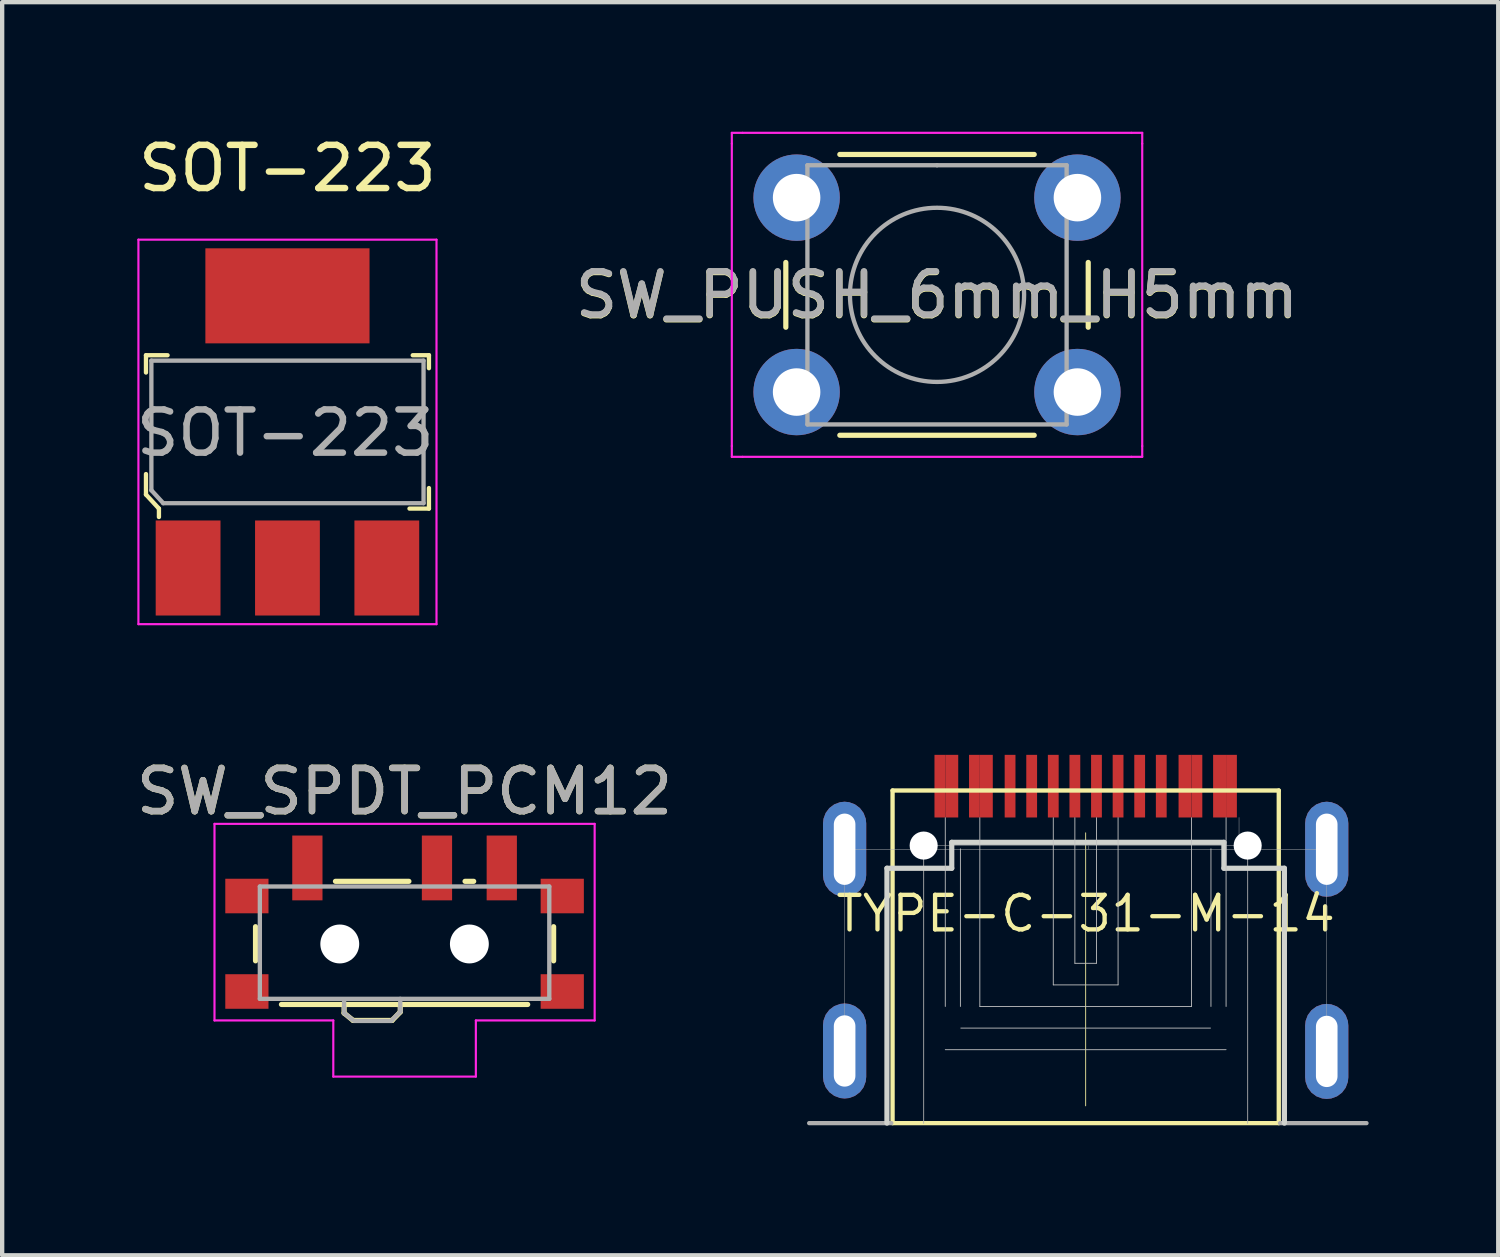
<source format=kicad_pcb>
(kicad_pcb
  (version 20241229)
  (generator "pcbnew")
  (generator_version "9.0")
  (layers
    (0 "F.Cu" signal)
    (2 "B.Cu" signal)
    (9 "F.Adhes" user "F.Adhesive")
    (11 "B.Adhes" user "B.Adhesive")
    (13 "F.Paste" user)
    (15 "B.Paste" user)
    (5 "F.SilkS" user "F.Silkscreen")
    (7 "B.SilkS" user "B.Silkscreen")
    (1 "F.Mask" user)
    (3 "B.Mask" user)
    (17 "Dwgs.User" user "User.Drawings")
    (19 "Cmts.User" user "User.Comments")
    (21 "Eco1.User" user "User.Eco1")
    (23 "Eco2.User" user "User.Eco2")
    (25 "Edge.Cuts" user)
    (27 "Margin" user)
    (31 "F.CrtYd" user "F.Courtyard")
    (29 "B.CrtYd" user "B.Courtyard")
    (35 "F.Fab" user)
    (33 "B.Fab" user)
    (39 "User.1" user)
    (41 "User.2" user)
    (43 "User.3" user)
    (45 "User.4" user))
  (footprint "TYPE-C-31-M-14"
    (layer "F.Cu")
    (at 22.081 20.248)
    (property "Reference" "TYPE-C-31-M-14" (at 0 -2.15 180) (layer "F.SilkS") (effects (font (size 0.8 0.8) (thickness 0.1))))
    (attr smd)
    (fp_line (start -4.47 -5) (end -4.47 2.7) (stroke (width 0.1) (type solid)) (layer "F.SilkS"))
    (fp_line (start 0 -4.02) (end 0 2.3) (stroke (width 0.02) (type solid)) (layer "F.SilkS"))
    (fp_line (start 4.47 -5) (end -4.47 -5) (stroke (width 0.1) (type solid)) (layer "F.SilkS"))
    (fp_line (start 4.47 -5) (end 4.47 2.7) (stroke (width 0.1) (type solid)) (layer "F.SilkS"))
    (fp_line (start 4.47 2.7) (end -4.47 2.7) (stroke (width 0.1) (type solid)) (layer "F.SilkS"))
    (fp_line (start -3.25 -4.37) (end -3.25 0) (stroke (width 0.02) (type solid)) (layer "Dwgs.User"))
    (fp_line (start -3.25 1) (end 3.25 1) (stroke (width 0.02) (type solid)) (layer "Dwgs.User"))
    (fp_line (start -2.9 -3.65) (end -2.9 0) (stroke (width 0.02) (type solid)) (layer "Dwgs.User"))
    (fp_line (start -2.89 0.5) (end 2.89 0.5) (stroke (width 0.02) (type solid)) (layer "Dwgs.User"))
    (fp_line (start -2.45 -4.37) (end -2.45 0) (stroke (width 0.02) (type solid)) (layer "Dwgs.User"))
    (fp_line (start -2.45 0) (end 2.45 0) (stroke (width 0.02) (type solid)) (layer "Dwgs.User"))
    (fp_line (start -0.75 -4.37) (end -0.75 -0.5) (stroke (width 0.02) (type solid)) (layer "Dwgs.User"))
    (fp_line (start -0.75 -0.5) (end 0.75 -0.5) (stroke (width 0.02) (type solid)) (layer "Dwgs.User"))
    (fp_line (start -0.25 -4.37) (end -0.25 -1) (stroke (width 0.02) (type solid)) (layer "Dwgs.User"))
    (fp_line (start -0.25 -1) (end 0.25 -1) (stroke (width 0.02) (type solid)) (layer "Dwgs.User"))
    (fp_line (start 0.25 -4.37) (end 0.25 -1) (stroke (width 0.02) (type solid)) (layer "Dwgs.User"))
    (fp_line (start 0.75 -4.37) (end 0.75 -0.5) (stroke (width 0.02) (type solid)) (layer "Dwgs.User"))
    (fp_line (start 2.45 -4.37) (end 2.45 0) (stroke (width 0.02) (type solid)) (layer "Dwgs.User"))
    (fp_line (start 2.9 -3.65) (end 2.9 0) (stroke (width 0.02) (type solid)) (layer "Dwgs.User"))
    (fp_line (start 3.25 -4.37) (end 3.25 0) (stroke (width 0.02) (type solid)) (layer "Dwgs.User"))
    (fp_line (start -4.6 -3.2) (end -4.6 2.7) (stroke (width 0.12) (type solid)) (layer "Edge.Cuts"))
    (fp_line (start -3.1 -3.8) (end -3.1 -3.2) (stroke (width 0.12) (type solid)) (layer "Edge.Cuts"))
    (fp_line (start -3.1 -3.2) (end -4.6 -3.2) (stroke (width 0.12) (type solid)) (layer "Edge.Cuts"))
    (fp_line (start 3.2 -3.8) (end -3.1 -3.8) (stroke (width 0.12) (type solid)) (layer "Edge.Cuts"))
    (fp_line (start 3.2 -3.2) (end 3.2 -3.8) (stroke (width 0.12) (type solid)) (layer "Edge.Cuts"))
    (fp_line (start 4.6 -3.2) (end 3.2 -3.2) (stroke (width 0.12) (type solid)) (layer "Edge.Cuts"))
    (fp_line (start 4.6 2.7) (end 4.6 -3.2) (stroke (width 0.12) (type solid)) (layer "Edge.Cuts"))
    (fp_line (start -5.58 -3.64) (end -5.58 1.04) (stroke (width 0.01) (type solid)) (layer "F.Fab"))
    (fp_line (start -5.575 -3.64) (end 0 -3.64) (stroke (width 0.01) (type solid)) (layer "F.Fab"))
    (fp_line (start -4.5 2.7) (end -6.4 2.7) (stroke (width 0.1) (type solid)) (layer "F.Fab"))
    (fp_line (start -3.75 -3.725) (end -3.75 2.705) (stroke (width 0.02) (type solid)) (layer "F.Fab"))
    (fp_line (start -3.75 -3.725) (end 0 -3.725) (stroke (width 0.01) (type solid)) (layer "F.Fab"))
    (fp_line (start 0 -3.725) (end 3.75 -3.725) (stroke (width 0.01) (type solid)) (layer "F.Fab"))
    (fp_line (start 0 -3.64) (end 5.575 -3.64) (stroke (width 0.01) (type solid)) (layer "F.Fab"))
    (fp_line (start 0.07 -3.72) (end 0.07 -3.64) (stroke (width 0.01) (type solid)) (layer "F.Fab"))
    (fp_line (start 3.55 -4.375) (end 3.55 -3.725) (stroke (width 0.01) (type solid)) (layer "F.Fab"))
    (fp_line (start 3.75 -3.725) (end 3.75 2.705) (stroke (width 0.02) (type solid)) (layer "F.Fab"))
    (fp_line (start 4.5 2.7) (end 6.5 2.7) (stroke (width 0.1) (type solid)) (layer "F.Fab"))
    (fp_line (start 5.58 -3.64) (end 5.58 1.04) (stroke (width 0.01) (type solid)) (layer "F.Fab"))
    (pad "" np_thru_hole circle (at -3.75 -3.725) (size 0.65 0.65) (drill 0.65) (layers "*.Cu" "*.Mask"))
    (pad "" np_thru_hole circle (at 3.75 -3.725) (size 0.65 0.65) (drill 0.65) (layers "*.Cu" "*.Mask"))
    (pad "A1" smd rect (at -3.375 -5.1) (size 0.25 1.45) (layers "F.Cu" "F.Mask" "F.Paste"))
    (pad "A4" smd rect (at -2.575 -5.1) (size 0.25 1.45) (layers "F.Cu" "F.Mask" "F.Paste"))
    (pad "A5" smd rect (at -1.25 -5.1) (size 0.25 1.45) (layers "F.Cu" "F.Mask" "F.Paste"))
    (pad "A6" smd rect (at -0.25 -5.1) (size 0.25 1.45) (layers "F.Cu" "F.Mask" "F.Paste"))
    (pad "A7" smd rect (at 0.25 -5.1) (size 0.25 1.45) (layers "F.Cu" "F.Mask" "F.Paste"))
    (pad "A8" smd rect (at 1.25 -5.1) (size 0.25 1.45) (layers "F.Cu" "F.Mask" "F.Paste"))
    (pad "A9" smd rect (at 2.575 -5.1) (size 0.25 1.45) (layers "F.Cu" "F.Mask" "F.Paste"))
    (pad "A12" smd rect (at 3.375 -5.1) (size 0.25 1.45) (layers "F.Cu" "F.Mask" "F.Paste"))
    (pad "B1" smd rect (at 3.1 -5.1) (size 0.3 1.45) (layers "F.Cu" "F.Mask" "F.Paste"))
    (pad "B4" smd rect (at 2.3 -5.1) (size 0.3 1.45) (layers "F.Cu" "F.Mask" "F.Paste"))
    (pad "B5" smd rect (at 1.75 -5.1) (size 0.25 1.45) (layers "F.Cu" "F.Mask" "F.Paste"))
    (pad "B6" smd rect (at 0.75 -5.1) (size 0.25 1.45) (layers "F.Cu" "F.Mask" "F.Paste"))
    (pad "B7" smd rect (at -0.75 -5.1) (size 0.25 1.45) (layers "F.Cu" "F.Mask" "F.Paste"))
    (pad "B8" smd rect (at -1.75 -5.1) (size 0.25 1.45) (layers "F.Cu" "F.Mask" "F.Paste"))
    (pad "B9" smd rect (at -2.3 -5.1) (size 0.3 1.45) (layers "F.Cu" "F.Mask" "F.Paste"))
    (pad "B12" smd rect (at -3.1 -5.1) (size 0.3 1.45) (layers "F.Cu" "F.Mask" "F.Paste"))
    (pad "S1" thru_hole roundrect (at -5.58 -3.64) (size 1 2.2) (drill oval 0.5 1.65) (layers "*.Cu" "*.Mask") (roundrect_rratio 0.5))
    (pad "S1" thru_hole roundrect (at -5.58 1.03) (size 1 2.2) (drill oval 0.5 1.65) (layers "*.Cu" "*.Mask") (roundrect_rratio 0.5))
    (pad "S1" thru_hole roundrect (at 5.58 -3.64) (size 1 2.2) (drill oval 0.5 1.65) (layers "*.Cu" "*.Mask") (roundrect_rratio 0.5))
    (pad "S1" thru_hole roundrect (at 5.58 1.04) (size 1 2.2) (drill oval 0.5 1.65) (layers "*.Cu" "*.Mask") (roundrect_rratio 0.5)))
  (footprint "SW_PUSH_6mm_H5mm"
    (layer "F.Cu")
    (at 15.39 1.525)
    (property "Reference" "SW_PUSH_6mm_H5mm" (at 3.249 2.265 0) (layer "F.SilkS") (effects (font (size 1 1) (thickness 0.15))))
    (attr through_hole)
    (fp_line (start -0.25 1.5) (end -0.25 3) (stroke (width 0.12) (type solid)) (layer "F.SilkS"))
    (fp_line (start 1 5.5) (end 5.5 5.5) (stroke (width 0.12) (type solid)) (layer "F.SilkS"))
    (fp_line (start 5.5 -1) (end 1 -1) (stroke (width 0.12) (type solid)) (layer "F.SilkS"))
    (fp_line (start 6.75 3) (end 6.75 1.5) (stroke (width 0.12) (type solid)) (layer "F.SilkS"))
    (fp_line (start -1.5 -1.5) (end -1.25 -1.5) (stroke (width 0.05) (type solid)) (layer "F.CrtYd"))
    (fp_line (start -1.5 -1.25) (end -1.5 -1.5) (stroke (width 0.05) (type solid)) (layer "F.CrtYd"))
    (fp_line (start -1.5 5.75) (end -1.5 -1.25) (stroke (width 0.05) (type solid)) (layer "F.CrtYd"))
    (fp_line (start -1.5 5.75) (end -1.5 6) (stroke (width 0.05) (type solid)) (layer "F.CrtYd"))
    (fp_line (start -1.5 6) (end -1.25 6) (stroke (width 0.05) (type solid)) (layer "F.CrtYd"))
    (fp_line (start -1.25 -1.5) (end 7.75 -1.5) (stroke (width 0.05) (type solid)) (layer "F.CrtYd"))
    (fp_line (start 7.75 -1.5) (end 8 -1.5) (stroke (width 0.05) (type solid)) (layer "F.CrtYd"))
    (fp_line (start 7.75 6) (end -1.25 6) (stroke (width 0.05) (type solid)) (layer "F.CrtYd"))
    (fp_line (start 7.75 6) (end 8 6) (stroke (width 0.05) (type solid)) (layer "F.CrtYd"))
    (fp_line (start 8 -1.5) (end 8 -1.25) (stroke (width 0.05) (type solid)) (layer "F.CrtYd"))
    (fp_line (start 8 -1.25) (end 8 5.75) (stroke (width 0.05) (type solid)) (layer "F.CrtYd"))
    (fp_line (start 8 6) (end 8 5.75) (stroke (width 0.05) (type solid)) (layer "F.CrtYd"))
    (fp_line (start 0.25 -0.75) (end 3.25 -0.75) (stroke (width 0.1) (type solid)) (layer "F.Fab"))
    (fp_line (start 0.25 5.25) (end 0.25 -0.75) (stroke (width 0.1) (type solid)) (layer "F.Fab"))
    (fp_line (start 3.25 -0.75) (end 6.25 -0.75) (stroke (width 0.1) (type solid)) (layer "F.Fab"))
    (fp_line (start 6.25 -0.75) (end 6.25 5.25) (stroke (width 0.1) (type solid)) (layer "F.Fab"))
    (fp_line (start 6.25 5.25) (end 0.25 5.25) (stroke (width 0.1) (type solid)) (layer "F.Fab"))
    (fp_circle (center 3.25 2.25) (end 1.25 2.5) (stroke (width 0.1) (type solid)) (fill no) (layer "F.Fab"))
    (fp_text user "${REFERENCE}" (at 3.25 2.25 0) (layer "F.Fab") (effects (font (size 1 1) (thickness 0.15))))
    (pad "1" thru_hole circle (at 0 0 90) (size 2 2) (drill 1.1) (layers "*.Cu" "*.Mask"))
    (pad "1" thru_hole circle (at 6.5 0 90) (size 2 2) (drill 1.1) (layers "*.Cu" "*.Mask"))
    (pad "2" thru_hole circle (at 0 4.5 90) (size 2 2) (drill 1.1) (layers "*.Cu" "*.Mask"))
    (pad "2" thru_hole circle (at 6.5 4.5 90) (size 2 2) (drill 1.1) (layers "*.Cu" "*.Mask")))
  (footprint "SW_SPDT_PCM12"
    (layer "F.Cu")
    (at 6.315 18.471)
    (property "Reference" "SW_SPDT_PCM12" (at 0 -3.2 180) (layer "F.SilkS") (effects (font (size 1 1) (thickness 0.15))))
    (attr smd)
    (fp_line (start -3.45 -0.07) (end -3.45 0.72) (stroke (width 0.12) (type solid)) (layer "F.SilkS"))
    (fp_line (start -2.85 1.73) (end 2.85 1.73) (stroke (width 0.12) (type solid)) (layer "F.SilkS"))
    (fp_line (start -1.6 -1.12) (end 0.1 -1.12) (stroke (width 0.12) (type solid)) (layer "F.SilkS"))
    (fp_line (start -1.4 1.73) (end -1.4 1.93) (stroke (width 0.12) (type solid)) (layer "F.SilkS"))
    (fp_line (start -1.4 1.93) (end -1.19 2.1) (stroke (width 0.12) (type solid)) (layer "F.SilkS"))
    (fp_line (start -1.19 2.1) (end -0.29 2.1) (stroke (width 0.12) (type solid)) (layer "F.SilkS"))
    (fp_line (start -0.1 1.9) (end -0.1 1.73) (stroke (width 0.12) (type solid)) (layer "F.SilkS"))
    (fp_line (start -0.1 1.905) (end -0.29 2.1) (stroke (width 0.12) (type solid)) (layer "F.SilkS"))
    (fp_line (start 1.4 -1.12) (end 1.6 -1.12) (stroke (width 0.12) (type solid)) (layer "F.SilkS"))
    (fp_line (start 3.45 0.72) (end 3.45 -0.07) (stroke (width 0.12) (type solid)) (layer "F.SilkS"))
    (fp_line (start -4.4 -2.45) (end 4.4 -2.45) (stroke (width 0.05) (type solid)) (layer "F.CrtYd"))
    (fp_line (start -4.4 2.1) (end -4.4 -2.45) (stroke (width 0.05) (type solid)) (layer "F.CrtYd"))
    (fp_line (start -1.65 2.1) (end -4.4 2.1) (stroke (width 0.05) (type solid)) (layer "F.CrtYd"))
    (fp_line (start -1.65 3.4) (end -1.65 2.1) (stroke (width 0.05) (type solid)) (layer "F.CrtYd"))
    (fp_line (start 1.65 2.1) (end 1.65 3.4) (stroke (width 0.05) (type solid)) (layer "F.CrtYd"))
    (fp_line (start 1.65 3.4) (end -1.65 3.4) (stroke (width 0.05) (type solid)) (layer "F.CrtYd"))
    (fp_line (start 4.4 -2.45) (end 4.4 2.1) (stroke (width 0.05) (type solid)) (layer "F.CrtYd"))
    (fp_line (start 4.4 2.1) (end 1.65 2.1) (stroke (width 0.05) (type solid)) (layer "F.CrtYd"))
    (fp_line (start -3.35 -1) (end -3.35 1.6) (stroke (width 0.1) (type solid)) (layer "F.Fab"))
    (fp_line (start -3.35 1.6) (end 3.35 1.6) (stroke (width 0.1) (type solid)) (layer "F.Fab"))
    (fp_line (start -1.4 1.65) (end -1.4 1.93) (stroke (width 0.1) (type solid)) (layer "F.Fab"))
    (fp_line (start -1.4 1.93) (end -1.19 2.1) (stroke (width 0.1) (type solid)) (layer "F.Fab"))
    (fp_line (start -1.155 2.11) (end -0.305 2.11) (stroke (width 0.1) (type solid)) (layer "F.Fab"))
    (fp_line (start -0.29 2.09) (end -0.09 1.89) (stroke (width 0.1) (type solid)) (layer "F.Fab"))
    (fp_line (start -0.1 1.89) (end -0.1 1.6) (stroke (width 0.1) (type solid)) (layer "F.Fab"))
    (fp_line (start 3.35 -1) (end -3.35 -1) (stroke (width 0.1) (type solid)) (layer "F.Fab"))
    (fp_line (start 3.35 1.6) (end 3.35 -1) (stroke (width 0.1) (type solid)) (layer "F.Fab"))
    (fp_text user "${REFERENCE}" (at 0 -3.2 180) (layer "F.Fab") (effects (font (size 1 1) (thickness 0.15))))
    (pad "" smd rect (at -3.65 -0.78) (size 1 0.8) (layers "F.Cu" "F.Mask" "F.Paste"))
    (pad "" smd rect (at -3.65 1.43) (size 1 0.8) (layers "F.Cu" "F.Mask" "F.Paste"))
    (pad "" np_thru_hole circle (at -1.5 0.33) (size 0.9 0.9) (drill 0.9) (layers "*.Cu" "*.Mask"))
    (pad "" np_thru_hole circle (at 1.5 0.33) (size 0.9 0.9) (drill 0.9) (layers "*.Cu" "*.Mask"))
    (pad "" smd rect (at 3.65 -0.78) (size 1 0.8) (layers "F.Cu" "F.Mask" "F.Paste"))
    (pad "" smd rect (at 3.65 1.43) (size 1 0.8) (layers "F.Cu" "F.Mask" "F.Paste"))
    (pad "1" smd rect (at -2.25 -1.43) (size 0.7 1.5) (layers "F.Cu" "F.Mask" "F.Paste"))
    (pad "2" smd rect (at 0.75 -1.43) (size 0.7 1.5) (layers "F.Cu" "F.Mask" "F.Paste"))
    (pad "3" smd rect (at 2.25 -1.43) (size 0.7 1.5) (layers "F.Cu" "F.Mask" "F.Paste")))
  (footprint "SOT-223"
    (layer "F.Cu")
    (at 3.604 6.948)
    (property "Reference" "SOT-223" (at 0 -6.1 0) (layer "F.SilkS") (effects (font (size 1 1) (thickness 0.15))))
    (attr smd)
    (fp_line (start -3.275 -1.775) (end -3.275 -1.375) (stroke (width 0.1) (type solid)) (layer "F.SilkS"))
    (fp_line (start -3.275 0.975) (end -3.275 1.45) (stroke (width 0.1) (type solid)) (layer "F.SilkS"))
    (fp_line (start -3.275 1.45) (end -2.975 1.775) (stroke (width 0.1) (type solid)) (layer "F.SilkS"))
    (fp_line (start -2.975 1.775) (end -2.975 1.97) (stroke (width 0.1) (type solid)) (layer "F.SilkS"))
    (fp_line (start -2.775 -1.775) (end -3.275 -1.775) (stroke (width 0.1) (type solid)) (layer "F.SilkS"))
    (fp_line (start 2.9 -1.775) (end 3.275 -1.775) (stroke (width 0.1) (type solid)) (layer "F.SilkS"))
    (fp_line (start 3.275 -1.775) (end 3.275 -1.475) (stroke (width 0.1) (type solid)) (layer "F.SilkS"))
    (fp_line (start 3.275 1.3) (end 3.275 1.775) (stroke (width 0.1) (type solid)) (layer "F.SilkS"))
    (fp_line (start 3.275 1.775) (end 2.825 1.775) (stroke (width 0.1) (type solid)) (layer "F.SilkS"))
    (fp_line (start -3.45 -4.45) (end -3.45 4.45) (stroke (width 0.05) (type solid)) (layer "F.CrtYd"))
    (fp_line (start -3.45 4.45) (end 3.45 4.45) (stroke (width 0.05) (type solid)) (layer "F.CrtYd"))
    (fp_line (start 3.45 -4.45) (end -3.45 -4.45) (stroke (width 0.05) (type solid)) (layer "F.CrtYd"))
    (fp_line (start 3.45 -4.45) (end 3.45 4.45) (stroke (width 0.05) (type solid)) (layer "F.CrtYd"))
    (fp_line (start -3.15 -1.65) (end 3.15 -1.65) (stroke (width 0.1) (type solid)) (layer "F.Fab"))
    (fp_line (start -3.15 1.35) (end -3.15 -1.65) (stroke (width 0.1) (type solid)) (layer "F.Fab"))
    (fp_line (start -3.15 1.35) (end -2.875 1.65) (stroke (width 0.1) (type solid)) (layer "F.Fab"))
    (fp_line (start 3.15 -1.65) (end 3.15 1.65) (stroke (width 0.1) (type solid)) (layer "F.Fab"))
    (fp_line (start 3.15 1.65) (end -2.875 1.65) (stroke (width 0.1) (type solid)) (layer "F.Fab"))
    (fp_text user "${REFERENCE}" (at -0.05 0.025 0) (layer "F.Fab") (effects (font (size 1 1) (thickness 0.15))))
    (pad "1" smd rect (at -2.3 3.15) (size 1.5 2.2) (layers "F.Cu" "F.Mask" "F.Paste"))
    (pad "2" smd rect (at 0 3.15) (size 1.5 2.2) (layers "F.Cu" "F.Mask" "F.Paste"))
    (pad "3" smd rect (at 2.3 3.15) (size 1.5 2.2) (layers "F.Cu" "F.Mask" "F.Paste"))
    (pad "4" smd rect (at 0 -3.15) (size 3.8 2.2) (layers "F.Cu" "F.Mask" "F.Paste")))
  (gr_rect
    (start -3 -3)
    (end 31.631 26.008)
    (stroke (width 0.1) (type default))
    (fill no)
    (layer "Edge.Cuts")))
</source>
